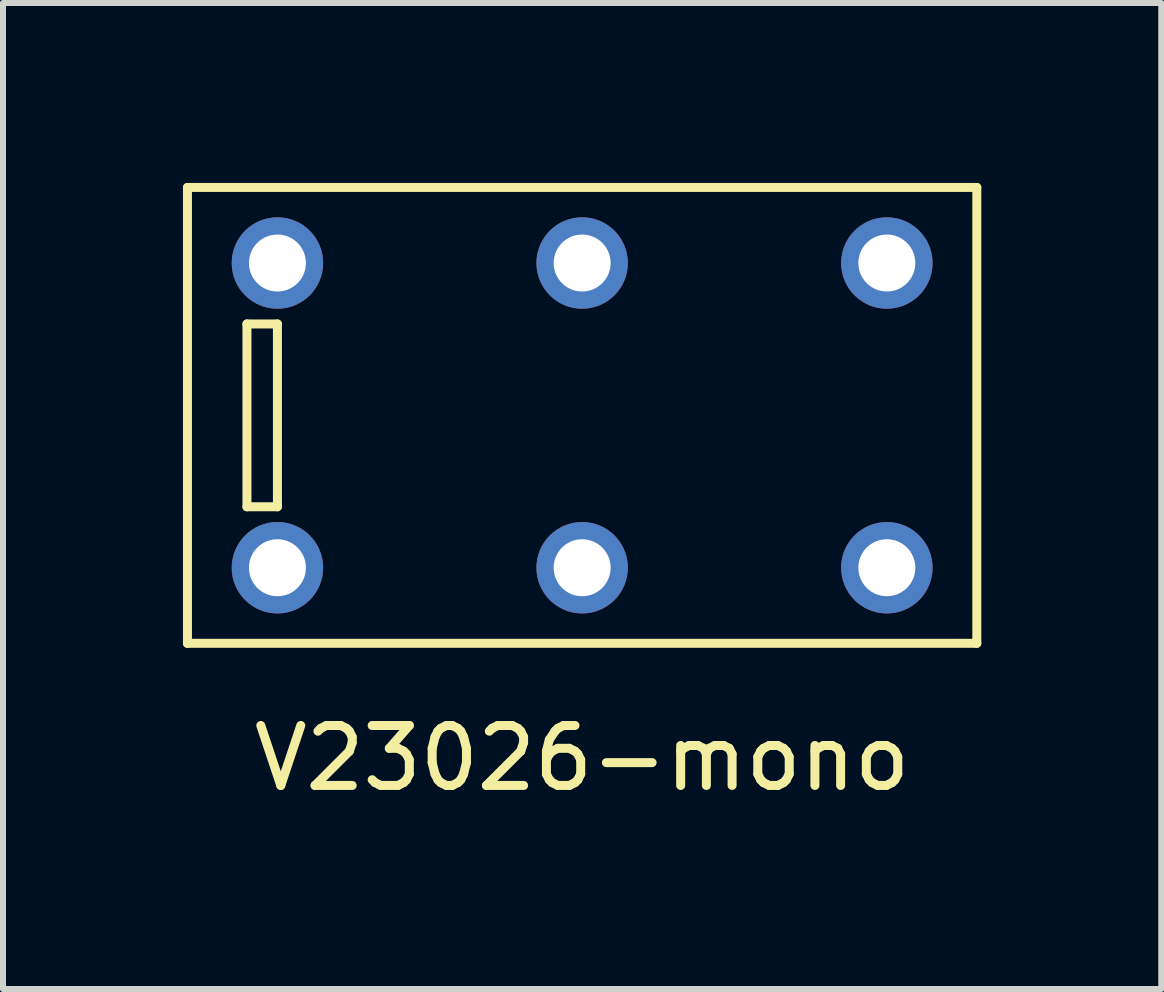
<source format=kicad_pcb>
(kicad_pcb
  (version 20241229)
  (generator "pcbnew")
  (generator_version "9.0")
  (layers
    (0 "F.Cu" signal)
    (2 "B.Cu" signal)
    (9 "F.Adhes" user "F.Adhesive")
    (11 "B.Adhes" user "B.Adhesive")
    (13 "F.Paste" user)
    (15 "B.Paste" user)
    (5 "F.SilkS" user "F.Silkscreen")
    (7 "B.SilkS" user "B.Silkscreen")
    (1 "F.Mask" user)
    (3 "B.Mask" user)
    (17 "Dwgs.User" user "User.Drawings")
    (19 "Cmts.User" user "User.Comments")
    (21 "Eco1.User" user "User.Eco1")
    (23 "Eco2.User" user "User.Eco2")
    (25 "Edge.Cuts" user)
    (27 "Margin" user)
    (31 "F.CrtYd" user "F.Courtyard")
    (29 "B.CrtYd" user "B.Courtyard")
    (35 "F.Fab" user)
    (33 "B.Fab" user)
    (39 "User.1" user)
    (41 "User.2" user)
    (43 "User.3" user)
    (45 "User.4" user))
  (footprint "V23026-mono"
    (layer "F.Cu")
    (at 6.655 3.875)
    (property "Reference" "V23026-mono" (at 0 5.715 180) (layer "F.SilkS") (effects (font (size 1 1) (thickness 0.15))))
    (attr through_hole)
    (fp_line (start -6.58 -3.8) (end -6.58 3.8) (stroke (width 0.15) (type solid)) (layer "F.SilkS"))
    (fp_line (start -6.58 3.8) (end 6.58 3.8) (stroke (width 0.15) (type solid)) (layer "F.SilkS"))
    (fp_line (start -5.588 -1.524) (end -5.08 -1.524) (stroke (width 0.15) (type solid)) (layer "F.SilkS"))
    (fp_line (start -5.588 1.524) (end -5.588 -1.524) (stroke (width 0.15) (type solid)) (layer "F.SilkS"))
    (fp_line (start -5.08 -1.524) (end -5.08 1.524) (stroke (width 0.15) (type solid)) (layer "F.SilkS"))
    (fp_line (start -5.08 1.524) (end -5.588 1.524) (stroke (width 0.15) (type solid)) (layer "F.SilkS"))
    (fp_line (start 6.58 -3.8) (end -6.58 -3.8) (stroke (width 0.15) (type solid)) (layer "F.SilkS"))
    (fp_line (start 6.58 -3.8) (end 6.58 3.8) (stroke (width 0.15) (type solid)) (layer "F.SilkS"))
    (pad "1" thru_hole circle (at -5.08 2.54) (size 1.524 1.524) (drill 0.95) (layers "*.Cu" "*.Mask"))
    (pad "3" thru_hole circle (at 0 2.54) (size 1.524 1.524) (drill 0.95) (layers "*.Cu" "*.Mask"))
    (pad "5" thru_hole circle (at 5.08 2.54) (size 1.524 1.524) (drill 0.95) (layers "*.Cu" "*.Mask"))
    (pad "6" thru_hole circle (at 5.08 -2.54) (size 1.524 1.524) (drill 0.95) (layers "*.Cu" "*.Mask"))
    (pad "8" thru_hole circle (at 0 -2.54) (size 1.524 1.524) (drill 0.95) (layers "*.Cu" "*.Mask"))
    (pad "10" thru_hole circle (at -5.08 -2.54) (size 1.524 1.524) (drill 0.95) (layers "*.Cu" "*.Mask")))
  (gr_rect
    (start -3 -3)
    (end 16.31 13.438)
    (stroke (width 0.1) (type default))
    (fill no)
    (layer "Edge.Cuts")))
</source>
